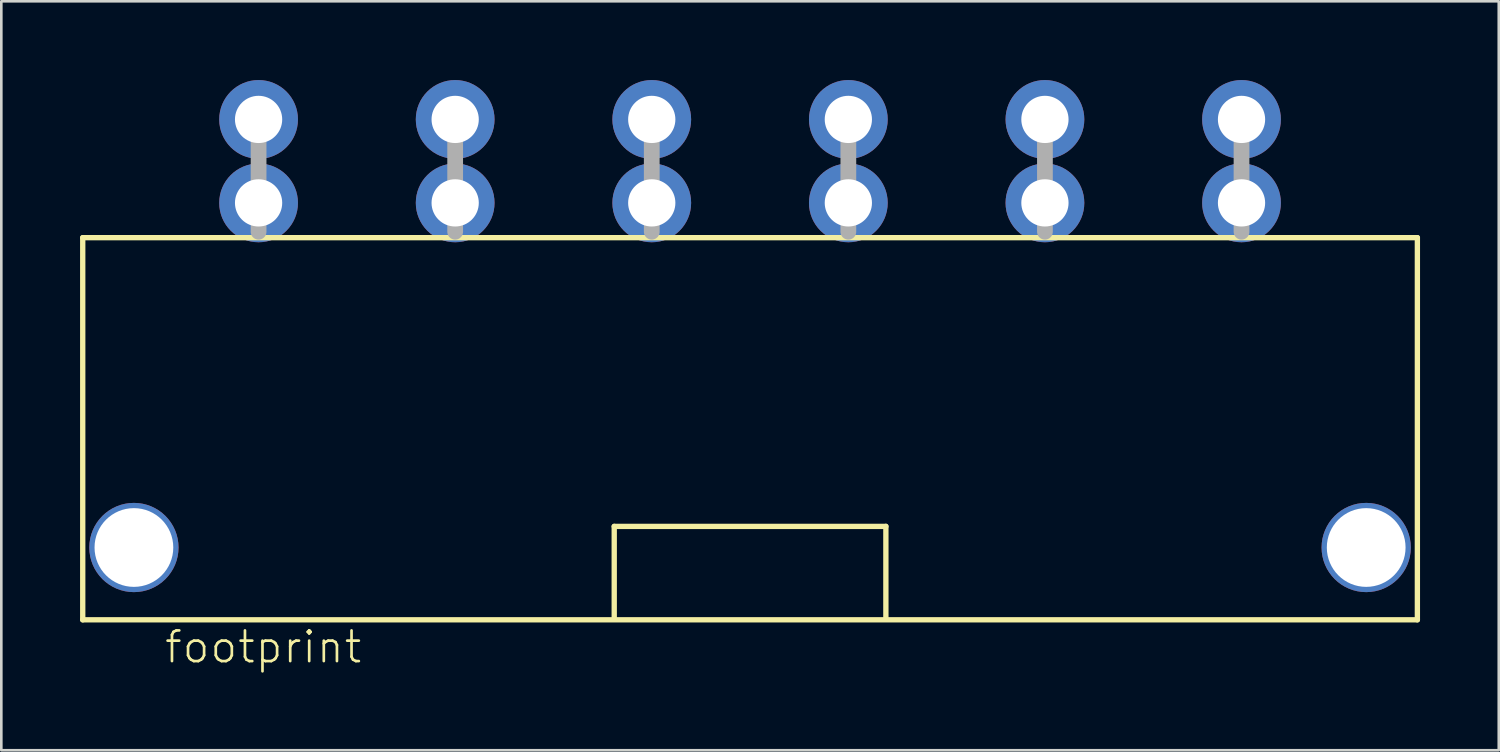
<source format=kicad_pcb>
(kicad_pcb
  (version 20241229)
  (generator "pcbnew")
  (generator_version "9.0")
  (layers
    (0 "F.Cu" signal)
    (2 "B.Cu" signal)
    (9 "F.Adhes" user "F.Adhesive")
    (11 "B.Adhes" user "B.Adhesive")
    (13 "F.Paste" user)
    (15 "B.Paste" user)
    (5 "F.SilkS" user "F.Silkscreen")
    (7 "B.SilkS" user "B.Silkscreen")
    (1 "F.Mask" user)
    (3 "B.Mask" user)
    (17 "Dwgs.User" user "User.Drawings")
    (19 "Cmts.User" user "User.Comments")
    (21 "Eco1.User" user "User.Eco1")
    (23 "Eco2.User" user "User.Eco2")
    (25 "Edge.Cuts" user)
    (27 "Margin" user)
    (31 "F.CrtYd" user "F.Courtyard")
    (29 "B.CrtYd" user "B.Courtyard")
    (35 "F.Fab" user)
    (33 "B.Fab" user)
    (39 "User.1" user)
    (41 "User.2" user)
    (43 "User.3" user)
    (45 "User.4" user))
  (footprint "footprint"
    (layer "F.Cu")
    (at 25.527 4.68)
    (property "Reference" "footprint" (at -22.37 17.605 0) (layer "F.SilkS") (effects (font (size 1.168 1.168) (thickness 0.102)) (justify left bottom)))
    (fp_line (start -25.425 1.325) (end 25.425 1.325) (stroke (width 0.203) (type solid)) (layer "F.SilkS"))
    (fp_line (start -25.425 15.885) (end -25.425 1.325) (stroke (width 0.203) (type solid)) (layer "F.SilkS"))
    (fp_line (start -25.425 15.885) (end 25.425 15.885) (stroke (width 0.203) (type solid)) (layer "F.SilkS"))
    (fp_line (start -5.175 12.325) (end 5.175 12.325) (stroke (width 0.203) (type solid)) (layer "F.SilkS"))
    (fp_line (start -5.175 15.8) (end -5.175 12.325) (stroke (width 0.203) (type solid)) (layer "F.SilkS"))
    (fp_line (start 5.175 12.325) (end 5.175 15.85) (stroke (width 0.203) (type solid)) (layer "F.SilkS"))
    (fp_line (start 25.425 1.325) (end 25.425 15.885) (stroke (width 0.203) (type solid)) (layer "F.SilkS"))
    (fp_line (start -18.725 -3.745) (end -18.725 1.1) (stroke (width 0.6) (type solid)) (layer "F.Fab"))
    (fp_line (start -11.235 -3.745) (end -11.235 1.1) (stroke (width 0.6) (type solid)) (layer "F.Fab"))
    (fp_line (start -3.745 -3.745) (end -3.745 1.1) (stroke (width 0.6) (type solid)) (layer "F.Fab"))
    (fp_line (start 3.745 -3.745) (end 3.745 1.1) (stroke (width 0.6) (type solid)) (layer "F.Fab"))
    (fp_line (start 11.235 -3.745) (end 11.235 1.1) (stroke (width 0.6) (type solid)) (layer "F.Fab"))
    (fp_line (start 18.725 -3.745) (end 18.725 1.1) (stroke (width 0.6) (type solid)) (layer "F.Fab"))
    (pad "1@1" thru_hole circle (at -18.725 0) (size 3 3) (drill 1.8) (layers "*.Cu" "*.Mask"))
    (pad "1@2" thru_hole circle (at -18.725 -3.18) (size 3 3) (drill 1.8) (layers "*.Cu" "*.Mask"))
    (pad "2@1" thru_hole circle (at -11.235 0) (size 3 3) (drill 1.8) (layers "*.Cu" "*.Mask"))
    (pad "2@2" thru_hole circle (at -11.235 -3.18) (size 3 3) (drill 1.8) (layers "*.Cu" "*.Mask"))
    (pad "3@1" thru_hole circle (at -3.745 0) (size 3 3) (drill 1.8) (layers "*.Cu" "*.Mask"))
    (pad "3@2" thru_hole circle (at -3.745 -3.18) (size 3 3) (drill 1.8) (layers "*.Cu" "*.Mask"))
    (pad "4@1" thru_hole circle (at 3.745 0) (size 3 3) (drill 1.8) (layers "*.Cu" "*.Mask"))
    (pad "4@2" thru_hole circle (at 3.745 -3.18) (size 3 3) (drill 1.8) (layers "*.Cu" "*.Mask"))
    (pad "5@1" thru_hole circle (at 11.235 0) (size 3 3) (drill 1.8) (layers "*.Cu" "*.Mask"))
    (pad "5@2" thru_hole circle (at 11.235 -3.18) (size 3 3) (drill 1.8) (layers "*.Cu" "*.Mask"))
    (pad "6@1" thru_hole circle (at 18.725 0) (size 3 3) (drill 1.8) (layers "*.Cu" "*.Mask"))
    (pad "6@2" thru_hole circle (at 18.725 -3.18) (size 3 3) (drill 1.8) (layers "*.Cu" "*.Mask"))
    (pad "M1" thru_hole circle (at -23.475 13.13) (size 3.4 3.4) (drill 3) (layers "*.Cu" "*.Mask"))
    (pad "M2" thru_hole circle (at 23.475 13.13) (size 3.4 3.4) (drill 3) (layers "*.Cu" "*.Mask")))
  (gr_rect
    (start -3 -3)
    (end 54.053 25.535)
    (stroke (width 0.1) (type default))
    (fill no)
    (layer "Edge.Cuts")))
</source>
